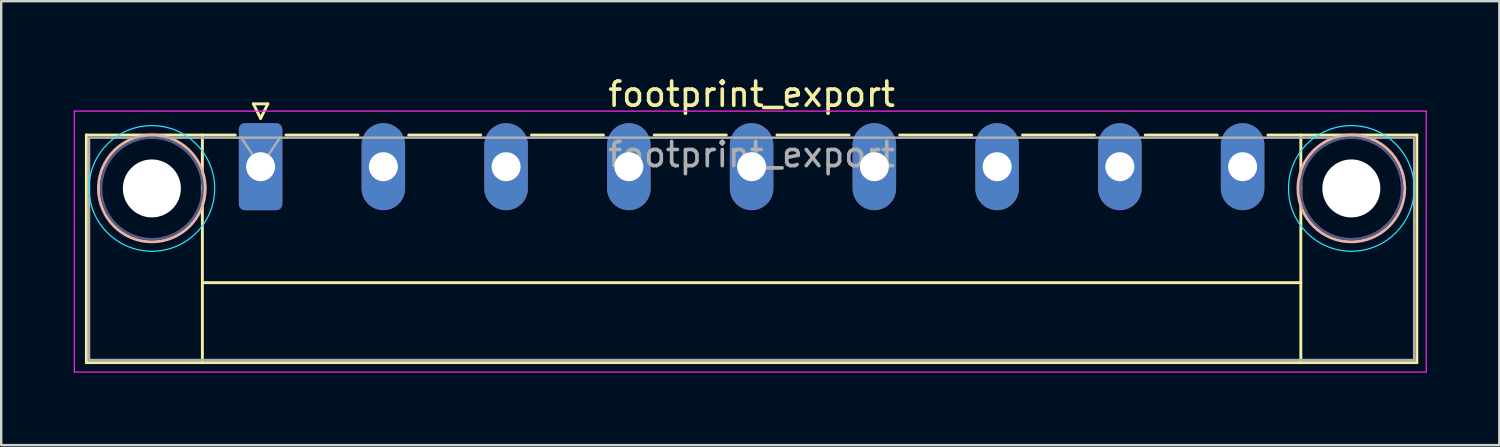
<source format=kicad_pcb>
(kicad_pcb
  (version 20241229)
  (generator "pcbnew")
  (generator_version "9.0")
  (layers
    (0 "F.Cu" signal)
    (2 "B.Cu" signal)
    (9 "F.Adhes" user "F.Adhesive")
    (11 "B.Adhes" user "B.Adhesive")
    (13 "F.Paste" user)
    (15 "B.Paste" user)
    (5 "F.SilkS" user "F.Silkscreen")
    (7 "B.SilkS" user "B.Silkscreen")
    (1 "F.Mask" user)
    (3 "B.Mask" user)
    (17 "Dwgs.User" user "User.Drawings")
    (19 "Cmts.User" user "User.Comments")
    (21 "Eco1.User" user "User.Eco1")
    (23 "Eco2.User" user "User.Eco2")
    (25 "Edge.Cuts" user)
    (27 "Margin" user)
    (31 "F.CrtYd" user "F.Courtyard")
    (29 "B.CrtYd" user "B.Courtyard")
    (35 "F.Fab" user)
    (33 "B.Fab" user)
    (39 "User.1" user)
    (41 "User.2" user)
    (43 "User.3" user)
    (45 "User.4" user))
  (footprint "footprint_export"
    (layer "F.Cu")
    (at 7.735 3.848)
    (property "Reference" "footprint_export" (at 20.32 -3 0) (layer "F.SilkS") (effects (font (size 1 1) (thickness 0.15))))
    (attr through_hole)
    (fp_line (start -7.21 -1.31) (end -7.21 8.11) (stroke (width 0.12) (type solid)) (layer "F.SilkS"))
    (fp_line (start -7.21 -1.31) (end -1.05 -1.31) (stroke (width 0.12) (type solid)) (layer "F.SilkS"))
    (fp_line (start -7.21 8.11) (end 47.85 8.11) (stroke (width 0.12) (type solid)) (layer "F.SilkS"))
    (fp_line (start -2.41 -1.31) (end -2.41 8.11) (stroke (width 0.12) (type solid)) (layer "F.SilkS"))
    (fp_line (start -2.41 4.8) (end 43.05 4.8) (stroke (width 0.12) (type solid)) (layer "F.SilkS"))
    (fp_line (start -0.3 -2.6) (end 0.3 -2.6) (stroke (width 0.12) (type solid)) (layer "F.SilkS"))
    (fp_line (start 0 -2) (end -0.3 -2.6) (stroke (width 0.12) (type solid)) (layer "F.SilkS"))
    (fp_line (start 0.3 -2.6) (end 0 -2) (stroke (width 0.12) (type solid)) (layer "F.SilkS"))
    (fp_line (start 1.05 -1.31) (end 4.03 -1.31) (stroke (width 0.12) (type solid)) (layer "F.SilkS"))
    (fp_line (start 6.13 -1.31) (end 9.11 -1.31) (stroke (width 0.12) (type solid)) (layer "F.SilkS"))
    (fp_line (start 11.21 -1.31) (end 14.19 -1.31) (stroke (width 0.12) (type solid)) (layer "F.SilkS"))
    (fp_line (start 16.29 -1.31) (end 19.27 -1.31) (stroke (width 0.12) (type solid)) (layer "F.SilkS"))
    (fp_line (start 21.37 -1.31) (end 24.35 -1.31) (stroke (width 0.12) (type solid)) (layer "F.SilkS"))
    (fp_line (start 26.45 -1.31) (end 29.43 -1.31) (stroke (width 0.12) (type solid)) (layer "F.SilkS"))
    (fp_line (start 31.53 -1.31) (end 34.51 -1.31) (stroke (width 0.12) (type solid)) (layer "F.SilkS"))
    (fp_line (start 36.61 -1.31) (end 39.59 -1.31) (stroke (width 0.12) (type solid)) (layer "F.SilkS"))
    (fp_line (start 43.05 -1.31) (end 43.05 8.11) (stroke (width 0.12) (type solid)) (layer "F.SilkS"))
    (fp_line (start 47.85 -1.31) (end 41.69 -1.31) (stroke (width 0.12) (type solid)) (layer "F.SilkS"))
    (fp_line (start 47.85 8.11) (end 47.85 -1.31) (stroke (width 0.12) (type solid)) (layer "F.SilkS"))
    (fp_circle (center -4.5 0.9) (end -2.29 0.9) (stroke (width 0.12) (type solid)) (fill no) (layer "B.SilkS"))
    (fp_circle (center 45.14 0.9) (end 47.35 0.9) (stroke (width 0.12) (type solid)) (fill no) (layer "B.SilkS"))
    (fp_circle (center -4.5 0.9) (end -1.9 0.9) (stroke (width 0.05) (type solid)) (fill no) (layer "B.CrtYd"))
    (fp_circle (center 45.14 0.9) (end 47.74 0.9) (stroke (width 0.05) (type solid)) (fill no) (layer "B.CrtYd"))
    (fp_line (start -7.71 -2.3) (end -7.71 8.5) (stroke (width 0.05) (type solid)) (layer "F.CrtYd"))
    (fp_line (start -7.71 8.5) (end 48.24 8.5) (stroke (width 0.05) (type solid)) (layer "F.CrtYd"))
    (fp_line (start 48.24 -2.3) (end -7.71 -2.3) (stroke (width 0.05) (type solid)) (layer "F.CrtYd"))
    (fp_line (start 48.24 8.5) (end 48.24 -2.3) (stroke (width 0.05) (type solid)) (layer "F.CrtYd"))
    (fp_circle (center -4.5 0.9) (end -2.4 0.9) (stroke (width 0.1) (type solid)) (fill no) (layer "B.Fab"))
    (fp_circle (center 45.14 0.9) (end 47.24 0.9) (stroke (width 0.1) (type solid)) (fill no) (layer "B.Fab"))
    (fp_line (start -7.1 -1.2) (end -7.1 8) (stroke (width 0.1) (type solid)) (layer "F.Fab"))
    (fp_line (start -7.1 8) (end 47.74 8) (stroke (width 0.1) (type solid)) (layer "F.Fab"))
    (fp_line (start 0 0) (end -0.8 -1.2) (stroke (width 0.1) (type solid)) (layer "F.Fab"))
    (fp_line (start 0.8 -1.2) (end 0 0) (stroke (width 0.1) (type solid)) (layer "F.Fab"))
    (fp_line (start 47.74 -1.2) (end -7.1 -1.2) (stroke (width 0.1) (type solid)) (layer "F.Fab"))
    (fp_line (start 47.74 8) (end 47.74 -1.2) (stroke (width 0.1) (type solid)) (layer "F.Fab"))
    (fp_text user "${REFERENCE}" (at 20.32 -0.5 0) (layer "F.Fab") (effects (font (size 1 1) (thickness 0.15))))
    (pad "" np_thru_hole circle (at -4.5 0.9) (size 2.4 2.4) (drill 2.4) (layers "*.Cu" "*.Mask"))
    (pad "" np_thru_hole circle (at 45.14 0.9) (size 2.4 2.4) (drill 2.4) (layers "*.Cu" "*.Mask"))
    (pad "1" thru_hole roundrect (at 0 0) (size 1.8 3.6) (drill 1.2) (layers "*.Cu" "*.Mask") (roundrect_rratio 0.139))
    (pad "2" thru_hole oval (at 5.08 0) (size 1.8 3.6) (drill 1.2) (layers "*.Cu" "*.Mask"))
    (pad "3" thru_hole oval (at 10.16 0) (size 1.8 3.6) (drill 1.2) (layers "*.Cu" "*.Mask"))
    (pad "4" thru_hole oval (at 15.24 0) (size 1.8 3.6) (drill 1.2) (layers "*.Cu" "*.Mask"))
    (pad "5" thru_hole oval (at 20.32 0) (size 1.8 3.6) (drill 1.2) (layers "*.Cu" "*.Mask"))
    (pad "6" thru_hole oval (at 25.4 0) (size 1.8 3.6) (drill 1.2) (layers "*.Cu" "*.Mask"))
    (pad "7" thru_hole oval (at 30.48 0) (size 1.8 3.6) (drill 1.2) (layers "*.Cu" "*.Mask"))
    (pad "8" thru_hole oval (at 35.56 0) (size 1.8 3.6) (drill 1.2) (layers "*.Cu" "*.Mask"))
    (pad "9" thru_hole oval (at 40.64 0) (size 1.8 3.6) (drill 1.2) (layers "*.Cu" "*.Mask")))
  (gr_rect
    (start -3 -3)
    (end 59 15.373)
    (stroke (width 0.1) (type default))
    (fill no)
    (layer "Edge.Cuts")))
</source>
